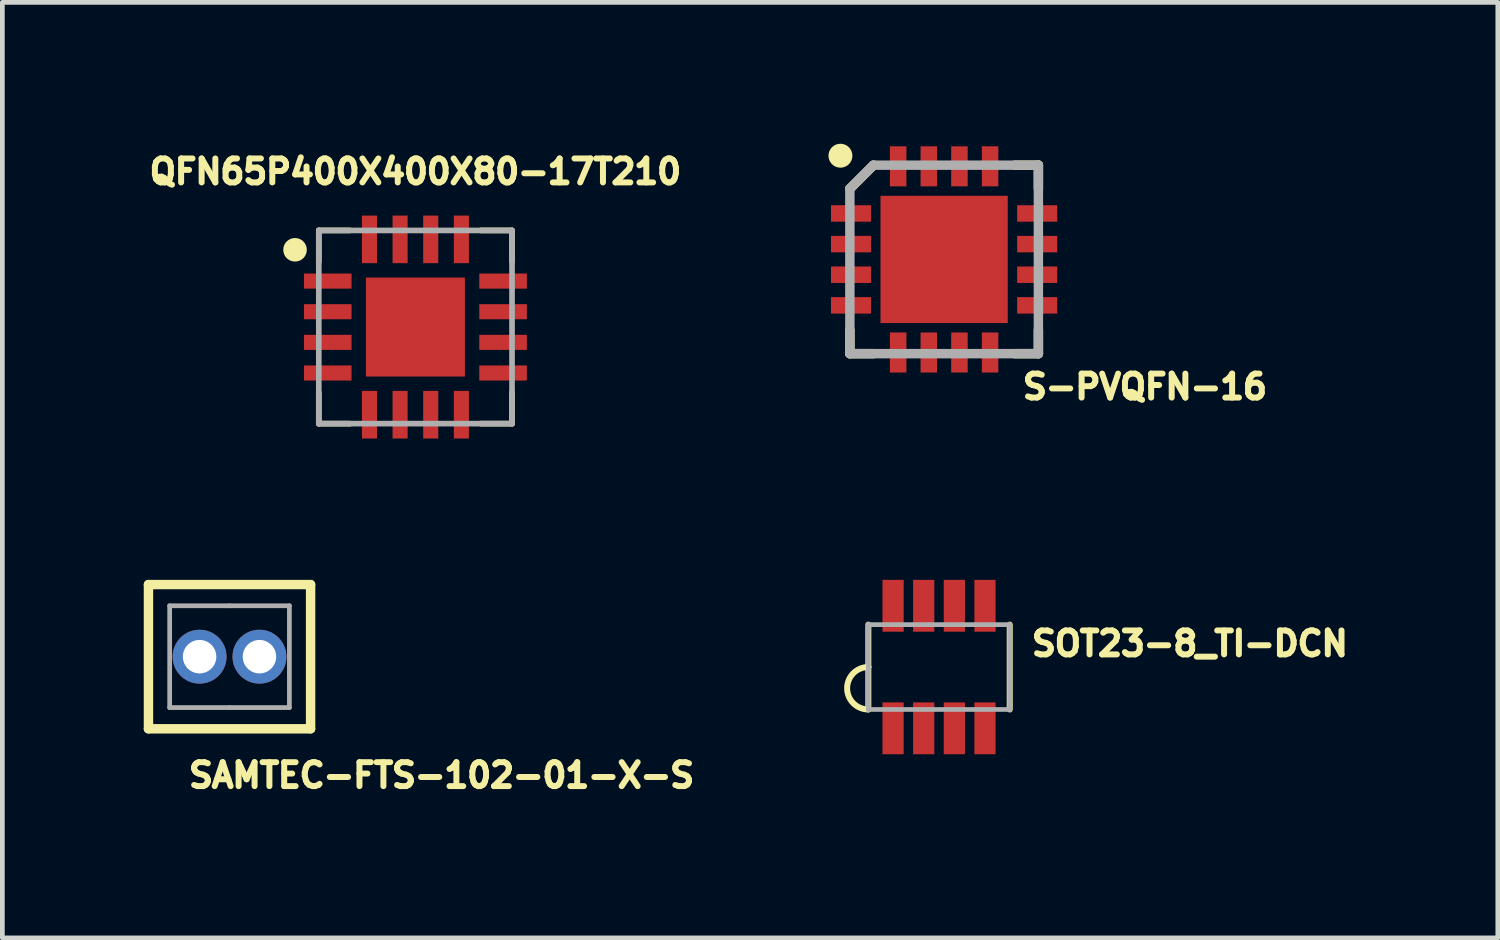
<source format=kicad_pcb>
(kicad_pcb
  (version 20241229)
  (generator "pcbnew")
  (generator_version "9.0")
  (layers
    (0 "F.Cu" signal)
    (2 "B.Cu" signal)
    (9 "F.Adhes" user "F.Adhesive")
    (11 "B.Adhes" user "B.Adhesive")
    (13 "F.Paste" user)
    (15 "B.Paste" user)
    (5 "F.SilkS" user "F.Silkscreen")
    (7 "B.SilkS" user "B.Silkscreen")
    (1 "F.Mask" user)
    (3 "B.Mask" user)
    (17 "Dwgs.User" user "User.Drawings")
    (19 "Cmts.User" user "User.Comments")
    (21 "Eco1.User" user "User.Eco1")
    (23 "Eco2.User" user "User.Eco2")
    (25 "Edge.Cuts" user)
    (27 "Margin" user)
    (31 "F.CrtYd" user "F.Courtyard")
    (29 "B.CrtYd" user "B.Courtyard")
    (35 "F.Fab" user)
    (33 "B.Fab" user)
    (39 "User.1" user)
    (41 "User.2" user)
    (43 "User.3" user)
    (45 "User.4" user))
  (footprint "SOT23-8_TI-DCN"
    (layer "F.Cu")
    (at 16.874 11.103)
    (property "Reference" "SOT23-8_TI-DCN" (at 1.9 -0.2 0) (layer "F.SilkS") (effects (font (size 0.508 0.508) (thickness 0.127)) (justify left bottom)))
    (fp_line (start -1.5 -0.9) (end -1.5 0) (stroke (width 0.127) (type solid)) (layer "F.SilkS"))
    (fp_line (start -1.5 0) (end -1.5 0.9) (stroke (width 0.127) (type solid)) (layer "F.SilkS"))
    (fp_line (start 1.5 -0.9) (end 1.5 0.9) (stroke (width 0.127) (type solid)) (layer "F.SilkS"))
    (fp_arc (start -1.5 0.9) (mid -1.95 0.45) (end -1.5 0) (stroke (width 0.127) (type solid)) (layer "F.SilkS"))
    (fp_line (start -1.5 -0.9) (end -1.5 0.9) (stroke (width 0.1) (type solid)) (layer "F.Fab"))
    (fp_line (start -1.5 0.9) (end 1.5 0.9) (stroke (width 0.1) (type solid)) (layer "F.Fab"))
    (fp_line (start 1.5 -0.9) (end -1.5 -0.9) (stroke (width 0.1) (type solid)) (layer "F.Fab"))
    (fp_line (start 1.5 0.9) (end 1.5 -0.9) (stroke (width 0.1) (type solid)) (layer "F.Fab"))
    (pad "1" smd rect (at -0.975 1.3 90) (size 1.1 0.45) (layers "F.Cu" "F.Mask" "F.Paste"))
    (pad "2" smd rect (at -0.325 1.3 90) (size 1.1 0.45) (layers "F.Cu" "F.Mask" "F.Paste"))
    (pad "3" smd rect (at 0.325 1.3 90) (size 1.1 0.45) (layers "F.Cu" "F.Mask" "F.Paste"))
    (pad "4" smd rect (at 0.975 1.3 90) (size 1.1 0.45) (layers "F.Cu" "F.Mask" "F.Paste"))
    (pad "5" smd rect (at 0.975 -1.3 90) (size 1.1 0.45) (layers "F.Cu" "F.Mask" "F.Paste"))
    (pad "6" smd rect (at 0.325 -1.3 90) (size 1.1 0.45) (layers "F.Cu" "F.Mask" "F.Paste"))
    (pad "7" smd rect (at -0.325 -1.3 90) (size 1.1 0.45) (layers "F.Cu" "F.Mask" "F.Paste"))
    (pad "8" smd rect (at -0.975 -1.3 90) (size 1.1 0.45) (layers "F.Cu" "F.Mask" "F.Paste")))
  (footprint "QFN65P400X400X80-17T210"
    (layer "F.Cu")
    (at 5.764 3.889)
    (property "Reference" "QFN65P400X400X80-17T210" (at 0 -3 0) (layer "F.SilkS") (effects (font (size 0.508 0.508) (thickness 0.127)) (justify bottom)))
    (fp_line (start -2.05 -2.05) (end -1.389 -2.05) (stroke (width 0.12) (type solid)) (layer "F.SilkS"))
    (fp_line (start -2.05 -1.389) (end -2.05 -2.05) (stroke (width 0.12) (type solid)) (layer "F.SilkS"))
    (fp_line (start -2.05 1.389) (end -2.05 2.05) (stroke (width 0.12) (type solid)) (layer "F.SilkS"))
    (fp_line (start -2.05 2.05) (end -1.389 2.05) (stroke (width 0.12) (type solid)) (layer "F.SilkS"))
    (fp_line (start 2.05 -2.05) (end 1.389 -2.05) (stroke (width 0.12) (type solid)) (layer "F.SilkS"))
    (fp_line (start 2.05 -1.389) (end 2.05 -2.05) (stroke (width 0.12) (type solid)) (layer "F.SilkS"))
    (fp_line (start 2.05 1.389) (end 2.05 2.05) (stroke (width 0.12) (type solid)) (layer "F.SilkS"))
    (fp_line (start 2.05 2.05) (end 1.389 2.05) (stroke (width 0.12) (type solid)) (layer "F.SilkS"))
    (fp_circle (center -2.554 -1.639) (end -2.429 -1.639) (stroke (width 0.25) (type solid)) (fill yes) (layer "F.SilkS"))
    (fp_poly (pts (xy -0.9 -0.2) (xy -0.2 -0.2) (xy -0.2 -0.9) (xy -0.9 -0.9)) (stroke (width 0) (type solid)) (fill yes) (layer "F.Paste"))
    (fp_poly (pts (xy -0.9 0.9) (xy -0.2 0.9) (xy -0.2 0.2) (xy -0.9 0.2)) (stroke (width 0) (type solid)) (fill yes) (layer "F.Paste"))
    (fp_poly (pts (xy 0.2 -0.2) (xy 0.9 -0.2) (xy 0.9 -0.9) (xy 0.2 -0.9)) (stroke (width 0) (type solid)) (fill yes) (layer "F.Paste"))
    (fp_poly (pts (xy 0.2 0.9) (xy 0.9 0.9) (xy 0.9 0.2) (xy 0.2 0.2)) (stroke (width 0) (type solid)) (fill yes) (layer "F.Paste"))
    (fp_line (start -2.05 -2.05) (end 2.05 -2.05) (stroke (width 0.12) (type solid)) (layer "F.Fab"))
    (fp_line (start -2.05 2.05) (end -2.05 -2.05) (stroke (width 0.12) (type solid)) (layer "F.Fab"))
    (fp_line (start 2.05 -2.05) (end 2.05 2.05) (stroke (width 0.12) (type solid)) (layer "F.Fab"))
    (fp_line (start 2.05 2.05) (end -2.05 2.05) (stroke (width 0.12) (type solid)) (layer "F.Fab"))
    (pad "1" smd rect (at -1.86 -0.975) (size 1.01 0.32) (layers "F.Cu" "F.Mask" "F.Paste"))
    (pad "2" smd rect (at -1.86 -0.325) (size 1.01 0.32) (layers "F.Cu" "F.Mask" "F.Paste"))
    (pad "3" smd rect (at -1.86 0.325) (size 1.01 0.32) (layers "F.Cu" "F.Mask" "F.Paste"))
    (pad "4" smd rect (at -1.86 0.975) (size 1.01 0.32) (layers "F.Cu" "F.Mask" "F.Paste"))
    (pad "5" smd rect (at -0.975 1.86 90) (size 1.01 0.32) (layers "F.Cu" "F.Mask" "F.Paste"))
    (pad "6" smd rect (at -0.325 1.86 90) (size 1.01 0.32) (layers "F.Cu" "F.Mask" "F.Paste"))
    (pad "7" smd rect (at 0.325 1.86 90) (size 1.01 0.32) (layers "F.Cu" "F.Mask" "F.Paste"))
    (pad "8" smd rect (at 0.975 1.86 90) (size 1.01 0.32) (layers "F.Cu" "F.Mask" "F.Paste"))
    (pad "9" smd rect (at 1.86 0.975) (size 1.01 0.32) (layers "F.Cu" "F.Mask" "F.Paste"))
    (pad "10" smd rect (at 1.86 0.325) (size 1.01 0.32) (layers "F.Cu" "F.Mask" "F.Paste"))
    (pad "11" smd rect (at 1.86 -0.325) (size 1.01 0.32) (layers "F.Cu" "F.Mask" "F.Paste"))
    (pad "12" smd rect (at 1.86 -0.975) (size 1.01 0.32) (layers "F.Cu" "F.Mask" "F.Paste"))
    (pad "13" smd rect (at 0.975 -1.86 90) (size 1.01 0.32) (layers "F.Cu" "F.Mask" "F.Paste"))
    (pad "14" smd rect (at 0.325 -1.86 90) (size 1.01 0.32) (layers "F.Cu" "F.Mask" "F.Paste"))
    (pad "15" smd rect (at -0.325 -1.86 90) (size 1.01 0.32) (layers "F.Cu" "F.Mask" "F.Paste"))
    (pad "16" smd rect (at -0.975 -1.86 90) (size 1.01 0.32) (layers "F.Cu" "F.Mask" "F.Paste"))
    (pad "EPAD" smd rect (at 0 0) (size 2.1 2.1) (layers "F.Cu" "F.Mask")))
  (footprint "SAMTEC-FTS-102-01-X-S"
    (layer "F.Cu")
    (at 1.82 10.883)
    (property "Reference" "SAMTEC-FTS-102-01-X-S" (at -0.931 2.815 0) (layer "F.SilkS") (effects (font (size 0.508 0.508) (thickness 0.127)) (justify left bottom)))
    (fp_circle (center -0.635 0) (end -0.324 0) (stroke (width 0.622) (type solid)) (fill yes) (layer "F.Mask"))
    (fp_circle (center 0.635 0) (end 0.946 0) (stroke (width 0.622) (type solid)) (fill yes) (layer "F.Mask"))
    (fp_circle (center -0.635 0) (end -0.324 0) (stroke (width 0.622) (type solid)) (fill yes) (layer "B.Mask"))
    (fp_circle (center 0.635 0) (end 0.946 0) (stroke (width 0.622) (type solid)) (fill yes) (layer "B.Mask"))
    (fp_line (start -1.72 -1.53) (end -1.72 1.53) (stroke (width 0.2) (type solid)) (layer "F.SilkS"))
    (fp_line (start -1.72 1.53) (end 1.72 1.53) (stroke (width 0.2) (type solid)) (layer "F.SilkS"))
    (fp_line (start 1.72 -1.53) (end -1.72 -1.53) (stroke (width 0.2) (type solid)) (layer "F.SilkS"))
    (fp_line (start 1.72 1.53) (end 1.72 -1.53) (stroke (width 0.2) (type solid)) (layer "F.SilkS"))
    (fp_line (start -1.27 -1.08) (end 0 -1.08) (stroke (width 0.1) (type solid)) (layer "F.Fab"))
    (fp_line (start -1.27 1.08) (end -1.27 -1.08) (stroke (width 0.1) (type solid)) (layer "F.Fab"))
    (fp_line (start -0.838 -0.203) (end -0.432 -0.203) (stroke (width 0.1) (type solid)) (layer "F.Fab"))
    (fp_line (start -0.838 0.203) (end -0.838 -0.203) (stroke (width 0.1) (type solid)) (layer "F.Fab"))
    (fp_line (start -0.432 -0.203) (end -0.432 0.203) (stroke (width 0.1) (type solid)) (layer "F.Fab"))
    (fp_line (start -0.432 0.203) (end -0.838 0.203) (stroke (width 0.1) (type solid)) (layer "F.Fab"))
    (fp_line (start 0 1.08) (end -1.27 1.08) (stroke (width 0.1) (type solid)) (layer "F.Fab"))
    (fp_line (start 0 1.08) (end 1.27 1.08) (stroke (width 0.1) (type solid)) (layer "F.Fab"))
    (fp_line (start 0.432 -0.203) (end 0.432 0.203) (stroke (width 0.1) (type solid)) (layer "F.Fab"))
    (fp_line (start 0.432 0.203) (end 0.838 0.203) (stroke (width 0.1) (type solid)) (layer "F.Fab"))
    (fp_line (start 0.838 -0.203) (end 0.432 -0.203) (stroke (width 0.1) (type solid)) (layer "F.Fab"))
    (fp_line (start 0.838 0.203) (end 0.838 -0.203) (stroke (width 0.1) (type solid)) (layer "F.Fab"))
    (fp_line (start 1.27 -1.08) (end 0 -1.08) (stroke (width 0.1) (type solid)) (layer "F.Fab"))
    (fp_line (start 1.27 1.08) (end 1.27 -1.08) (stroke (width 0.1) (type solid)) (layer "F.Fab"))
    (pad "1" thru_hole circle (at -0.635 0) (size 1.143 1.143) (drill 0.71) (layers "*.Cu"))
    (pad "2" thru_hole circle (at 0.635 0) (size 1.143 1.143) (drill 0.71) (layers "*.Cu")))
  (footprint "S-PVQFN-16"
    (layer "F.Cu")
    (at 16.982 2.454)
    (property "Reference" "S-PVQFN-16" (at 1.6 3 0) (layer "F.SilkS") (effects (font (size 0.508 0.508) (thickness 0.127)) (justify left bottom)))
    (fp_line (start -2 1.5) (end -2 2) (stroke (width 0.2) (type solid)) (layer "F.SilkS"))
    (fp_line (start -2 2) (end -1.5 2) (stroke (width 0.2) (type solid)) (layer "F.SilkS"))
    (fp_line (start -1.5 -2) (end -2 -1.5) (stroke (width 0.2) (type solid)) (layer "F.SilkS"))
    (fp_line (start 1.5 2) (end 2 2) (stroke (width 0.2) (type solid)) (layer "F.SilkS"))
    (fp_line (start 2 -2) (end 1.5 -2) (stroke (width 0.2) (type solid)) (layer "F.SilkS"))
    (fp_line (start 2 -1.5) (end 2 -2) (stroke (width 0.2) (type solid)) (layer "F.SilkS"))
    (fp_line (start 2 2) (end 2 1.5) (stroke (width 0.2) (type solid)) (layer "F.SilkS"))
    (fp_circle (center -2.2 -2.2) (end -2.073 -2.2) (stroke (width 0.254) (type solid)) (fill no) (layer "F.SilkS"))
    (fp_poly (pts (xy -0.137 -0.137) (xy -1.264 -0.137) (xy -1.264 -0.726) (xy -0.726 -1.264) (xy -0.137 -1.264)) (stroke (width 0) (type solid)) (fill yes) (layer "F.Paste"))
    (fp_poly (pts (xy -0.137 1.264) (xy -0.726 1.264) (xy -1.264 0.726) (xy -1.264 0.137) (xy -0.137 0.137)) (stroke (width 0) (type solid)) (fill yes) (layer "F.Paste"))
    (fp_poly (pts (xy 1.264 -0.726) (xy 1.264 -0.137) (xy 0.137 -0.137) (xy 0.137 -1.264) (xy 0.726 -1.264)) (stroke (width 0) (type solid)) (fill yes) (layer "F.Paste"))
    (fp_poly (pts (xy 1.264 0.726) (xy 0.726 1.264) (xy 0.137 1.264) (xy 0.137 0.137) (xy 1.264 0.137)) (stroke (width 0) (type solid)) (fill yes) (layer "F.Paste"))
    (fp_line (start -2 2) (end -2 -1.5) (stroke (width 0.2) (type solid)) (layer "F.Fab"))
    (fp_line (start -1.5 -2) (end -2 -1.5) (stroke (width 0.2) (type solid)) (layer "F.Fab"))
    (fp_line (start -1.5 -2) (end 2 -2) (stroke (width 0.2) (type solid)) (layer "F.Fab"))
    (fp_line (start 2 -2) (end 2 2) (stroke (width 0.2) (type solid)) (layer "F.Fab"))
    (fp_line (start 2 2) (end -2 2) (stroke (width 0.2) (type solid)) (layer "F.Fab"))
    (pad "1" smd rect (at -1.975 -0.975 270) (size 0.35 0.85) (layers "F.Cu" "F.Mask" "F.Paste"))
    (pad "2" smd rect (at -1.975 -0.325 270) (size 0.35 0.85) (layers "F.Cu" "F.Mask" "F.Paste"))
    (pad "3" smd rect (at -1.975 0.325 270) (size 0.35 0.85) (layers "F.Cu" "F.Mask" "F.Paste"))
    (pad "4" smd rect (at -1.975 0.975 270) (size 0.35 0.85) (layers "F.Cu" "F.Mask" "F.Paste"))
    (pad "5" smd rect (at -0.975 1.975) (size 0.35 0.85) (layers "F.Cu" "F.Mask" "F.Paste"))
    (pad "6" smd rect (at -0.325 1.975) (size 0.35 0.85) (layers "F.Cu" "F.Mask" "F.Paste"))
    (pad "7" smd rect (at 0.325 1.975) (size 0.35 0.85) (layers "F.Cu" "F.Mask" "F.Paste"))
    (pad "8" smd rect (at 0.975 1.975) (size 0.35 0.85) (layers "F.Cu" "F.Mask" "F.Paste"))
    (pad "9" smd rect (at 1.975 0.975 90) (size 0.35 0.85) (layers "F.Cu" "F.Mask" "F.Paste"))
    (pad "10" smd rect (at 1.975 0.325 90) (size 0.35 0.85) (layers "F.Cu" "F.Mask" "F.Paste"))
    (pad "11" smd rect (at 1.975 -0.325 90) (size 0.35 0.85) (layers "F.Cu" "F.Mask" "F.Paste"))
    (pad "12" smd rect (at 1.975 -0.975 90) (size 0.35 0.85) (layers "F.Cu" "F.Mask" "F.Paste"))
    (pad "13" smd rect (at 0.975 -1.975 180) (size 0.35 0.85) (layers "F.Cu" "F.Mask" "F.Paste"))
    (pad "14" smd rect (at 0.325 -1.975 180) (size 0.35 0.85) (layers "F.Cu" "F.Mask" "F.Paste"))
    (pad "15" smd rect (at -0.325 -1.975 180) (size 0.35 0.85) (layers "F.Cu" "F.Mask" "F.Paste"))
    (pad "16" smd rect (at -0.975 -1.975 180) (size 0.35 0.85) (layers "F.Cu" "F.Mask" "F.Paste"))
    (pad "PAD" smd rect (at 0 0) (size 2.7 2.7) (layers "F.Cu" "F.Mask"))
    (zone (net_name "") (layer "F.Cu") (hatch edge 0.508) (connect_pads) (min_thickness 0.254) (filled_areas_thickness no) (keepout (tracks not_allowed) (vias not_allowed) (pads not_allowed) (copperpour not_allowed) (footprints allowed)) (placement (enabled no)) (fill) (polygon (pts (xy 14.982 0.954) (xy 15.482 0.954) (xy 15.482 0.454) (xy 14.982 0.454)))))
  (gr_rect
    (start -3 -3)
    (end 28.73 16.849)
    (stroke (width 0.1) (type default))
    (fill no)
    (layer "Edge.Cuts")))
</source>
